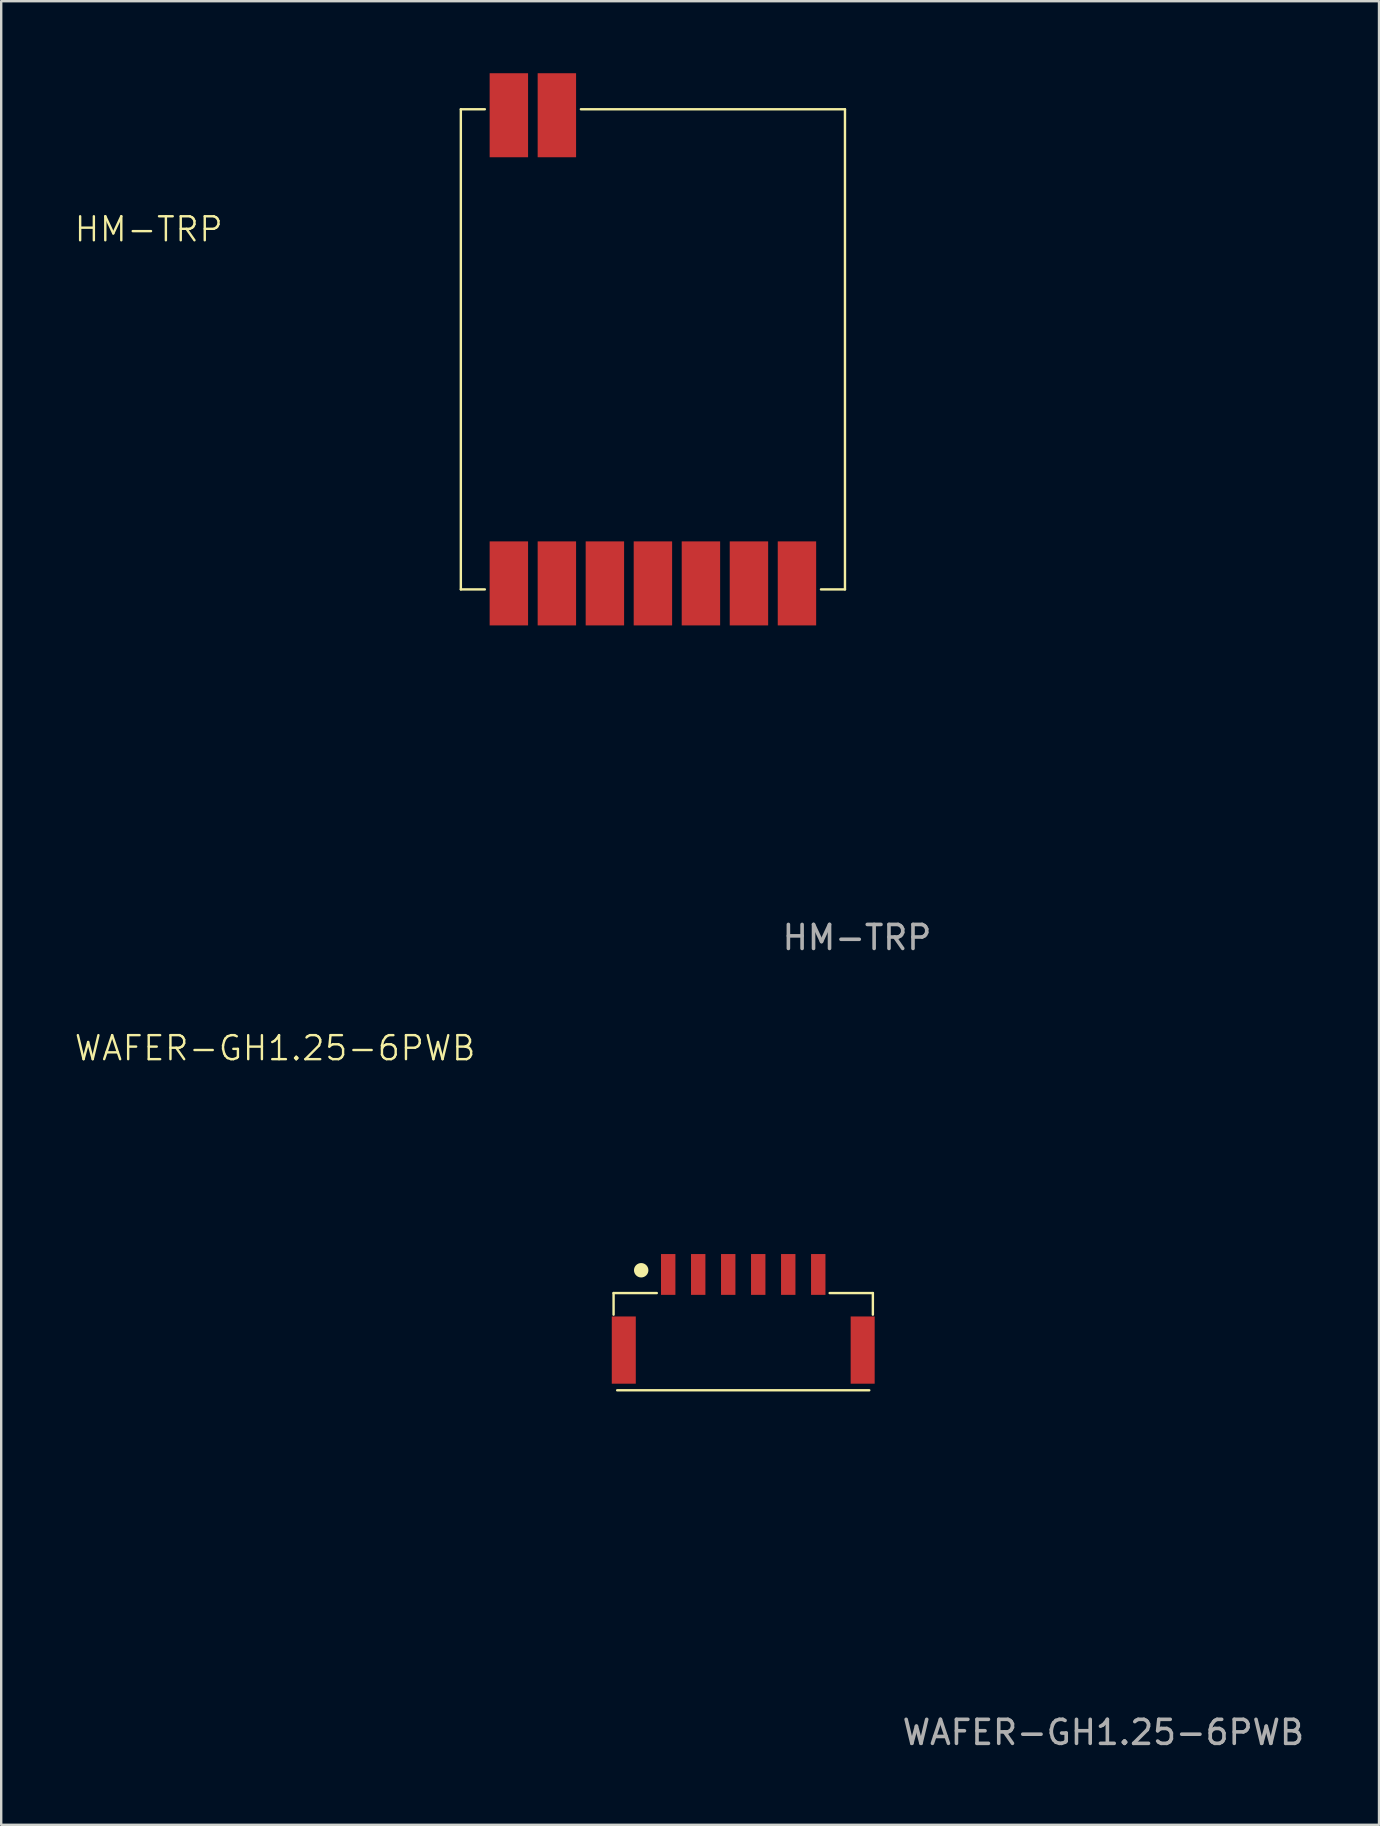
<source format=kicad_pcb>
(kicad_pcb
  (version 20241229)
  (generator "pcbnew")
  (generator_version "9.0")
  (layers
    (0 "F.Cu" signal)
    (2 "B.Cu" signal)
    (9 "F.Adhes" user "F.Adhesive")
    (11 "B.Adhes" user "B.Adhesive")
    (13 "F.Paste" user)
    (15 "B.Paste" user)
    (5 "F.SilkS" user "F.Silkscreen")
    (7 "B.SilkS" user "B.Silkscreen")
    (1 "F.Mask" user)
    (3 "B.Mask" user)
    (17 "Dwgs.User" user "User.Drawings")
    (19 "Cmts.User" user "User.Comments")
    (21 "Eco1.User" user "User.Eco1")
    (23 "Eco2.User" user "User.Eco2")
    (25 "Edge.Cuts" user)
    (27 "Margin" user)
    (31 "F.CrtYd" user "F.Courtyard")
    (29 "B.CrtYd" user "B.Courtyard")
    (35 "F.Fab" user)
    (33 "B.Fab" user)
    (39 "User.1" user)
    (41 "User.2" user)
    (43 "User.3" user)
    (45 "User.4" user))
  (footprint "HM-TRP"
    (layer "F.Cu")
    (at 16.145 21.5)
    (property "Reference" "HM-TRP" (at -13 -15 0) (unlocked yes) (layer "F.SilkS") (effects (font (size 1 1) (thickness 0.1))))
    (attr smd)
    (fp_line (start 0 -20) (end 1 -20) (stroke (width 0.1) (type default)) (layer "F.SilkS"))
    (fp_line (start 0 0) (end 0 -20) (stroke (width 0.1) (type default)) (layer "F.SilkS"))
    (fp_line (start 0 0) (end 1 0) (stroke (width 0.1) (type default)) (layer "F.SilkS"))
    (fp_line (start 5 -20) (end 16 -20) (stroke (width 0.1) (type default)) (layer "F.SilkS"))
    (fp_line (start 16 -20) (end 16 0) (stroke (width 0.1) (type default)) (layer "F.SilkS"))
    (fp_line (start 16 0) (end 15 0) (stroke (width 0.1) (type default)) (layer "F.SilkS"))
    (fp_text user "${REFERENCE}" (at 16.5 14.5 0) (unlocked yes) (layer "F.Fab") (effects (font (size 1 1) (thickness 0.15))))
    (pad "1" smd rect (at 2 -0.25 180) (size 1.6 3.5) (layers "F.Cu" "F.Mask" "F.Paste"))
    (pad "2" smd rect (at 4 -0.25 180) (size 1.6 3.5) (layers "F.Cu" "F.Mask" "F.Paste"))
    (pad "3" smd rect (at 6 -0.25 180) (size 1.6 3.5) (layers "F.Cu" "F.Mask" "F.Paste"))
    (pad "4" smd rect (at 8 -0.25 180) (size 1.6 3.5) (layers "F.Cu" "F.Mask" "F.Paste"))
    (pad "5" smd rect (at 10 -0.25 180) (size 1.6 3.5) (layers "F.Cu" "F.Mask" "F.Paste"))
    (pad "6" smd rect (at 12 -0.25 180) (size 1.6 3.5) (layers "F.Cu" "F.Mask" "F.Paste"))
    (pad "7" smd rect (at 14 -0.25 180) (size 1.6 3.5) (layers "F.Cu" "F.Mask" "F.Paste"))
    (pad "8" smd rect (at 4 -19.75 180) (size 1.6 3.5) (layers "F.Cu" "F.Mask" "F.Paste"))
    (pad "9" smd rect (at 2 -19.75 180) (size 1.6 3.5) (layers "F.Cu" "F.Mask" "F.Paste")))
  (footprint "WAFER-GH1.25-6PWB"
    (layer "F.Cu")
    (at 27.907 51.609)
    (property "Reference" "WAFER-GH1.25-6PWB" (at -19.5 -11 0) (unlocked yes) (layer "F.SilkS") (effects (font (size 1 1) (thickness 0.1))))
    (attr smd)
    (fp_line (start -5.4 -0.8) (end -3.6 -0.8) (stroke (width 0.1) (type default)) (layer "F.SilkS"))
    (fp_line (start -5.4 0.1) (end -5.4 -0.8) (stroke (width 0.1) (type default)) (layer "F.SilkS"))
    (fp_line (start -5.25 3.25) (end 5.25 3.25) (stroke (width 0.1) (type default)) (layer "F.SilkS"))
    (fp_line (start 5.4 -0.8) (end 3.6 -0.8) (stroke (width 0.1) (type default)) (layer "F.SilkS"))
    (fp_line (start 5.4 0.1) (end 5.4 -0.8) (stroke (width 0.1) (type default)) (layer "F.SilkS"))
    (fp_circle (center -4.25 -1.75) (end -4 -1.75) (stroke (width 0.1) (type solid)) (fill yes) (layer "F.SilkS"))
    (fp_text user "${REFERENCE}" (at 15 17.5 0) (unlocked yes) (layer "F.Fab") (effects (font (size 1 1) (thickness 0.15))))
    (pad "1" smd rect (at -3.125 -1.575 180) (size 0.6 1.7) (layers "F.Cu" "F.Mask" "F.Paste"))
    (pad "2" smd rect (at -1.875 -1.575 180) (size 0.6 1.7) (layers "F.Cu" "F.Mask" "F.Paste"))
    (pad "3" smd rect (at -0.625 -1.575 180) (size 0.6 1.7) (layers "F.Cu" "F.Mask" "F.Paste"))
    (pad "4" smd rect (at 0.625 -1.575 180) (size 0.6 1.7) (layers "F.Cu" "F.Mask" "F.Paste"))
    (pad "5" smd rect (at 1.875 -1.575 180) (size 0.6 1.7) (layers "F.Cu" "F.Mask" "F.Paste"))
    (pad "6" smd rect (at 3.125 -1.575 180) (size 0.6 1.7) (layers "F.Cu" "F.Mask" "F.Paste"))
    (pad "7" smd rect (at 4.975 1.575 180) (size 1 2.8) (layers "F.Cu" "F.Mask" "F.Paste"))
    (pad "8" smd rect (at -4.975 1.575 180) (size 1 2.8) (layers "F.Cu" "F.Mask" "F.Paste")))
  (gr_rect
    (start -3 -3)
    (end 54.389 72.957)
    (stroke (width 0.1) (type default))
    (fill no)
    (layer "Edge.Cuts")))
</source>
